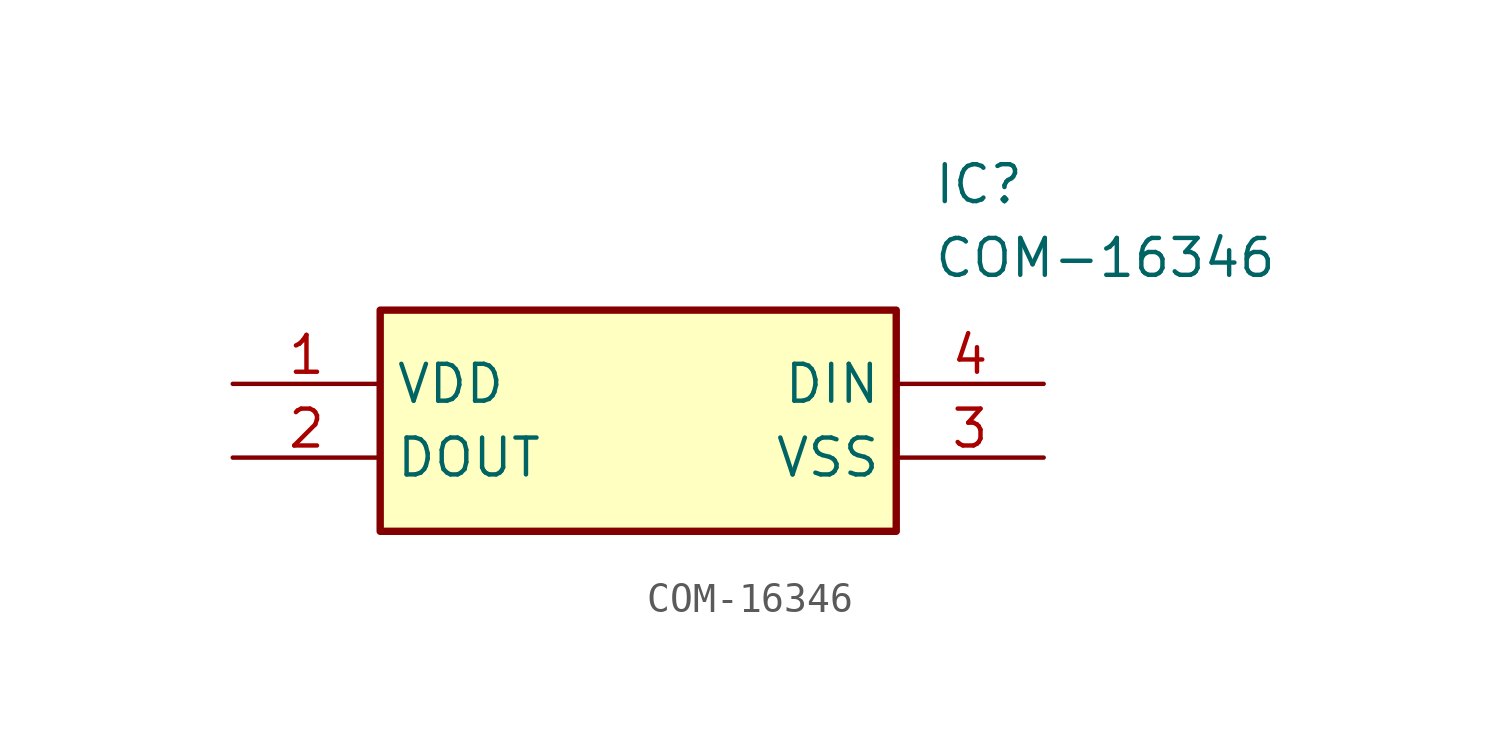
<source format=kicad_sym>
(kicad_symbol_lib
  (version 20211014)
  (generator SamacSys_ECAD_Model)
  (symbol "COM-16346"
    (property "Reference" "IC"
      (at 24.13 7.62 0)
      (effects (font (size 1.27 1.27)) (justify left top)))
    (property "Value" "COM-16346"
      (at 24.13 5.08 0)
      (effects (font (size 1.27 1.27)) (justify left top)))
    (rectangle
      (start 5.08 2.54)
      (end 22.86 -5.08)
      (stroke (width 0.254) (type default))
      (fill (type background)))
    (pin passive line
      (at 0 0 0)
      (length 5.08)
      (name "VDD" (effects (font (size 1.27 1.27))))
      (number "1" (effects (font (size 1.27 1.27)))))
    (pin passive line
      (at 0 -2.54 0)
      (length 5.08)
      (name "DOUT" (effects (font (size 1.27 1.27))))
      (number "2" (effects (font (size 1.27 1.27)))))
    (pin passive line
      (at 27.94 -2.54 180)
      (length 5.08)
      (name "VSS" (effects (font (size 1.27 1.27))))
      (number "3" (effects (font (size 1.27 1.27)))))
    (pin passive line
      (at 27.94 0 180)
      (length 5.08)
      (name "DIN" (effects (font (size 1.27 1.27))))
      (number "4" (effects (font (size 1.27 1.27)))))))
</source>
